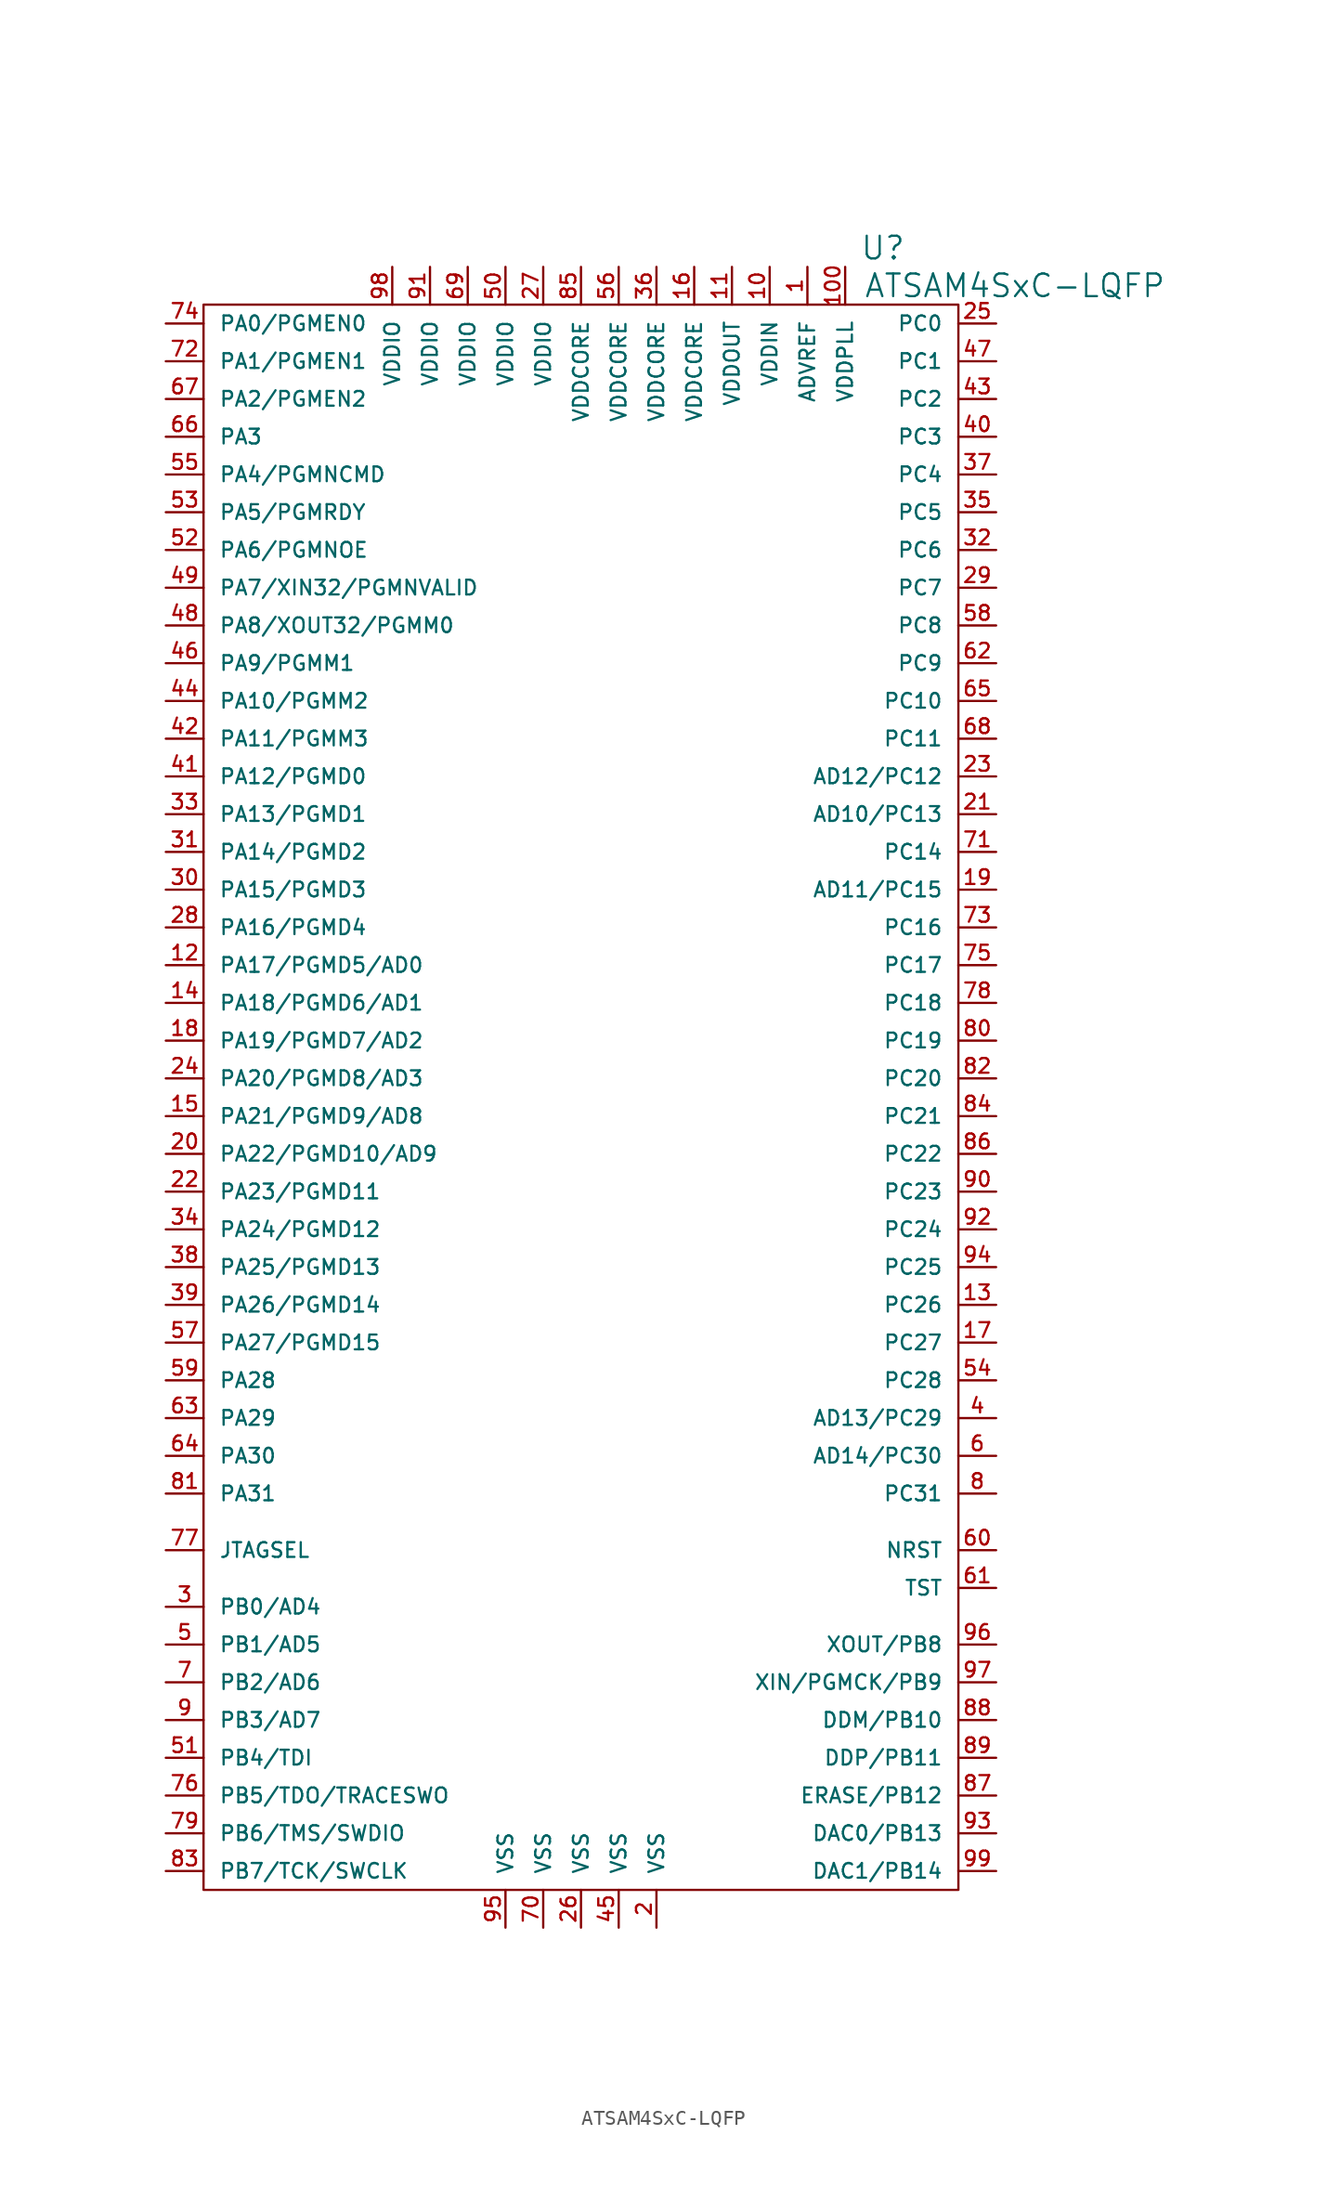
<source format=kicad_sym>
(kicad_symbol_lib
  (version 20220914)
  (generator kicad_symbol_editor)
  (symbol "ATSAM4SxC-LQFP"
    (pin_names
      (offset 1.016))
    (property "Reference" "U"
      (at 20.32 57.15 0)
      (effects (font (size 1.524 1.524))))
    (property "Value" "ATSAM4SxC-LQFP"
      (at 29.21 54.61 0)
      (effects (font (size 1.524 1.524))))
    (property "Footprint" ""
      (at 0 0 0)
      (effects (font (size 1.524 1.524))))
    (property "Datasheet" ""
      (at 0 0 0)
      (effects (font (size 1.524 1.524))))
    (symbol "ATSAM4SxC-LQFP_0_1"
      (rectangle (start -25.4 53.34) (end 25.4 -53.34) (stroke (width 0) (type solid)) (fill (type none))))
    (symbol "ATSAM4SxC-LQFP_1_1"
      (pin passive line (at 15.24 55.88 270) (length 2.54) (name "ADVREF" (effects (font (size 0.991 0.991)))) (number "1" (effects (font (size 0.991 0.991)))))
      (pin passive line (at 12.7 55.88 270) (length 2.54) (name "VDDIN" (effects (font (size 0.991 0.991)))) (number "10" (effects (font (size 0.991 0.991)))))
      (pin passive line (at 17.78 55.88 270) (length 2.54) (name "VDDPLL" (effects (font (size 0.991 0.991)))) (number "100" (effects (font (size 0.991 0.991)))))
      (pin passive line (at 10.16 55.88 270) (length 2.54) (name "VDDOUT" (effects (font (size 0.991 0.991)))) (number "11" (effects (font (size 0.991 0.991)))))
      (pin passive line (at -27.94 8.89 0) (length 2.54) (name "PA17/PGMD5/AD0" (effects (font (size 0.991 0.991)))) (number "12" (effects (font (size 0.991 0.991)))))
      (pin passive line (at 27.94 -13.97 180) (length 2.54) (name "PC26" (effects (font (size 0.991 0.991)))) (number "13" (effects (font (size 0.991 0.991)))))
      (pin passive line (at -27.94 6.35 0) (length 2.54) (name "PA18/PGMD6/AD1" (effects (font (size 0.991 0.991)))) (number "14" (effects (font (size 0.991 0.991)))))
      (pin passive line (at -27.94 -1.27 0) (length 2.54) (name "PA21/PGMD9/AD8" (effects (font (size 0.991 0.991)))) (number "15" (effects (font (size 0.991 0.991)))))
      (pin passive line (at 7.62 55.88 270) (length 2.54) (name "VDDCORE" (effects (font (size 0.991 0.991)))) (number "16" (effects (font (size 0.991 0.991)))))
      (pin passive line (at 27.94 -16.51 180) (length 2.54) (name "PC27" (effects (font (size 0.991 0.991)))) (number "17" (effects (font (size 0.991 0.991)))))
      (pin passive line (at -27.94 3.81 0) (length 2.54) (name "PA19/PGMD7/AD2" (effects (font (size 0.991 0.991)))) (number "18" (effects (font (size 0.991 0.991)))))
      (pin passive line (at 27.94 13.97 180) (length 2.54) (name "AD11/PC15" (effects (font (size 0.991 0.991)))) (number "19" (effects (font (size 0.991 0.991)))))
      (pin passive line (at 5.08 -55.88 90) (length 2.54) (name "VSS" (effects (font (size 0.991 0.991)))) (number "2" (effects (font (size 0.991 0.991)))))
      (pin passive line (at -27.94 -3.81 0) (length 2.54) (name "PA22/PGMD10/AD9" (effects (font (size 0.991 0.991)))) (number "20" (effects (font (size 0.991 0.991)))))
      (pin passive line (at 27.94 19.05 180) (length 2.54) (name "AD10/PC13" (effects (font (size 0.991 0.991)))) (number "21" (effects (font (size 0.991 0.991)))))
      (pin passive line (at -27.94 -6.35 0) (length 2.54) (name "PA23/PGMD11" (effects (font (size 0.991 0.991)))) (number "22" (effects (font (size 0.991 0.991)))))
      (pin passive line (at 27.94 21.59 180) (length 2.54) (name "AD12/PC12" (effects (font (size 0.991 0.991)))) (number "23" (effects (font (size 0.991 0.991)))))
      (pin passive line (at -27.94 1.27 0) (length 2.54) (name "PA20/PGMD8/AD3" (effects (font (size 0.991 0.991)))) (number "24" (effects (font (size 0.991 0.991)))))
      (pin passive line (at 27.94 52.07 180) (length 2.54) (name "PC0" (effects (font (size 0.991 0.991)))) (number "25" (effects (font (size 0.991 0.991)))))
      (pin passive line (at 0 -55.88 90) (length 2.54) (name "VSS" (effects (font (size 0.991 0.991)))) (number "26" (effects (font (size 0.991 0.991)))))
      (pin passive line (at -2.54 55.88 270) (length 2.54) (name "VDDIO" (effects (font (size 0.991 0.991)))) (number "27" (effects (font (size 0.991 0.991)))))
      (pin passive line (at -27.94 11.43 0) (length 2.54) (name "PA16/PGMD4" (effects (font (size 0.991 0.991)))) (number "28" (effects (font (size 0.991 0.991)))))
      (pin passive line (at 27.94 34.29 180) (length 2.54) (name "PC7" (effects (font (size 0.991 0.991)))) (number "29" (effects (font (size 0.991 0.991)))))
      (pin passive line (at -27.94 -34.29 0) (length 2.54) (name "PB0/AD4" (effects (font (size 0.991 0.991)))) (number "3" (effects (font (size 0.991 0.991)))))
      (pin passive line (at -27.94 13.97 0) (length 2.54) (name "PA15/PGMD3" (effects (font (size 0.991 0.991)))) (number "30" (effects (font (size 0.991 0.991)))))
      (pin passive line (at -27.94 16.51 0) (length 2.54) (name "PA14/PGMD2" (effects (font (size 0.991 0.991)))) (number "31" (effects (font (size 0.991 0.991)))))
      (pin passive line (at 27.94 36.83 180) (length 2.54) (name "PC6" (effects (font (size 0.991 0.991)))) (number "32" (effects (font (size 0.991 0.991)))))
      (pin passive line (at -27.94 19.05 0) (length 2.54) (name "PA13/PGMD1" (effects (font (size 0.991 0.991)))) (number "33" (effects (font (size 0.991 0.991)))))
      (pin passive line (at -27.94 -8.89 0) (length 2.54) (name "PA24/PGMD12" (effects (font (size 0.991 0.991)))) (number "34" (effects (font (size 0.991 0.991)))))
      (pin passive line (at 27.94 39.37 180) (length 2.54) (name "PC5" (effects (font (size 0.991 0.991)))) (number "35" (effects (font (size 0.991 0.991)))))
      (pin passive line (at 5.08 55.88 270) (length 2.54) (name "VDDCORE" (effects (font (size 0.991 0.991)))) (number "36" (effects (font (size 0.991 0.991)))))
      (pin passive line (at 27.94 41.91 180) (length 2.54) (name "PC4" (effects (font (size 0.991 0.991)))) (number "37" (effects (font (size 0.991 0.991)))))
      (pin passive line (at -27.94 -11.43 0) (length 2.54) (name "PA25/PGMD13" (effects (font (size 0.991 0.991)))) (number "38" (effects (font (size 0.991 0.991)))))
      (pin passive line (at -27.94 -13.97 0) (length 2.54) (name "PA26/PGMD14" (effects (font (size 0.991 0.991)))) (number "39" (effects (font (size 0.991 0.991)))))
      (pin passive line (at 27.94 -21.59 180) (length 2.54) (name "AD13/PC29" (effects (font (size 0.991 0.991)))) (number "4" (effects (font (size 0.991 0.991)))))
      (pin passive line (at 27.94 44.45 180) (length 2.54) (name "PC3" (effects (font (size 0.991 0.991)))) (number "40" (effects (font (size 0.991 0.991)))))
      (pin passive line (at -27.94 21.59 0) (length 2.54) (name "PA12/PGMD0" (effects (font (size 0.991 0.991)))) (number "41" (effects (font (size 0.991 0.991)))))
      (pin passive line (at -27.94 24.13 0) (length 2.54) (name "PA11/PGMM3" (effects (font (size 0.991 0.991)))) (number "42" (effects (font (size 0.991 0.991)))))
      (pin passive line (at 27.94 46.99 180) (length 2.54) (name "PC2" (effects (font (size 0.991 0.991)))) (number "43" (effects (font (size 0.991 0.991)))))
      (pin passive line (at -27.94 26.67 0) (length 2.54) (name "PA10/PGMM2" (effects (font (size 0.991 0.991)))) (number "44" (effects (font (size 0.991 0.991)))))
      (pin passive line (at 2.54 -55.88 90) (length 2.54) (name "VSS" (effects (font (size 0.991 0.991)))) (number "45" (effects (font (size 0.991 0.991)))))
      (pin passive line (at -27.94 29.21 0) (length 2.54) (name "PA9/PGMM1" (effects (font (size 0.991 0.991)))) (number "46" (effects (font (size 0.991 0.991)))))
      (pin passive line (at 27.94 49.53 180) (length 2.54) (name "PC1" (effects (font (size 0.991 0.991)))) (number "47" (effects (font (size 0.991 0.991)))))
      (pin passive line (at -27.94 31.75 0) (length 2.54) (name "PA8/XOUT32/PGMM0" (effects (font (size 0.991 0.991)))) (number "48" (effects (font (size 0.991 0.991)))))
      (pin passive line (at -27.94 34.29 0) (length 2.54) (name "PA7/XIN32/PGMNVALID" (effects (font (size 0.991 0.991)))) (number "49" (effects (font (size 0.991 0.991)))))
      (pin passive line (at -27.94 -36.83 0) (length 2.54) (name "PB1/AD5" (effects (font (size 0.991 0.991)))) (number "5" (effects (font (size 0.991 0.991)))))
      (pin passive line (at -5.08 55.88 270) (length 2.54) (name "VDDIO" (effects (font (size 0.991 0.991)))) (number "50" (effects (font (size 0.991 0.991)))))
      (pin passive line (at -27.94 -44.45 0) (length 2.54) (name "PB4/TDI" (effects (font (size 0.991 0.991)))) (number "51" (effects (font (size 0.991 0.991)))))
      (pin passive line (at -27.94 36.83 0) (length 2.54) (name "PA6/PGMNOE" (effects (font (size 0.991 0.991)))) (number "52" (effects (font (size 0.991 0.991)))))
      (pin passive line (at -27.94 39.37 0) (length 2.54) (name "PA5/PGMRDY" (effects (font (size 0.991 0.991)))) (number "53" (effects (font (size 0.991 0.991)))))
      (pin passive line (at 27.94 -19.05 180) (length 2.54) (name "PC28" (effects (font (size 0.991 0.991)))) (number "54" (effects (font (size 0.991 0.991)))))
      (pin passive line (at -27.94 41.91 0) (length 2.54) (name "PA4/PGMNCMD" (effects (font (size 0.991 0.991)))) (number "55" (effects (font (size 0.991 0.991)))))
      (pin passive line (at 2.54 55.88 270) (length 2.54) (name "VDDCORE" (effects (font (size 0.991 0.991)))) (number "56" (effects (font (size 0.991 0.991)))))
      (pin passive line (at -27.94 -16.51 0) (length 2.54) (name "PA27/PGMD15" (effects (font (size 0.991 0.991)))) (number "57" (effects (font (size 0.991 0.991)))))
      (pin passive line (at 27.94 31.75 180) (length 2.54) (name "PC8" (effects (font (size 0.991 0.991)))) (number "58" (effects (font (size 0.991 0.991)))))
      (pin passive line (at -27.94 -19.05 0) (length 2.54) (name "PA28" (effects (font (size 0.991 0.991)))) (number "59" (effects (font (size 0.991 0.991)))))
      (pin passive line (at 27.94 -24.13 180) (length 2.54) (name "AD14/PC30" (effects (font (size 0.991 0.991)))) (number "6" (effects (font (size 0.991 0.991)))))
      (pin passive line (at 27.94 -30.48 180) (length 2.54) (name "NRST" (effects (font (size 0.991 0.991)))) (number "60" (effects (font (size 0.991 0.991)))))
      (pin passive line (at 27.94 -33.02 180) (length 2.54) (name "TST" (effects (font (size 0.991 0.991)))) (number "61" (effects (font (size 0.991 0.991)))))
      (pin passive line (at 27.94 29.21 180) (length 2.54) (name "PC9" (effects (font (size 0.991 0.991)))) (number "62" (effects (font (size 0.991 0.991)))))
      (pin passive line (at -27.94 -21.59 0) (length 2.54) (name "PA29" (effects (font (size 0.991 0.991)))) (number "63" (effects (font (size 0.991 0.991)))))
      (pin passive line (at -27.94 -24.13 0) (length 2.54) (name "PA30" (effects (font (size 0.991 0.991)))) (number "64" (effects (font (size 0.991 0.991)))))
      (pin passive line (at 27.94 26.67 180) (length 2.54) (name "PC10" (effects (font (size 0.991 0.991)))) (number "65" (effects (font (size 0.991 0.991)))))
      (pin passive line (at -27.94 44.45 0) (length 2.54) (name "PA3" (effects (font (size 0.991 0.991)))) (number "66" (effects (font (size 0.991 0.991)))))
      (pin passive line (at -27.94 46.99 0) (length 2.54) (name "PA2/PGMEN2" (effects (font (size 0.991 0.991)))) (number "67" (effects (font (size 0.991 0.991)))))
      (pin passive line (at 27.94 24.13 180) (length 2.54) (name "PC11" (effects (font (size 0.991 0.991)))) (number "68" (effects (font (size 0.991 0.991)))))
      (pin passive line (at -7.62 55.88 270) (length 2.54) (name "VDDIO" (effects (font (size 0.991 0.991)))) (number "69" (effects (font (size 0.991 0.991)))))
      (pin passive line (at -27.94 -39.37 0) (length 2.54) (name "PB2/AD6" (effects (font (size 0.991 0.991)))) (number "7" (effects (font (size 0.991 0.991)))))
      (pin passive line (at -2.54 -55.88 90) (length 2.54) (name "VSS" (effects (font (size 0.991 0.991)))) (number "70" (effects (font (size 0.991 0.991)))))
      (pin passive line (at 27.94 16.51 180) (length 2.54) (name "PC14" (effects (font (size 0.991 0.991)))) (number "71" (effects (font (size 0.991 0.991)))))
      (pin passive line (at -27.94 49.53 0) (length 2.54) (name "PA1/PGMEN1" (effects (font (size 0.991 0.991)))) (number "72" (effects (font (size 0.991 0.991)))))
      (pin passive line (at 27.94 11.43 180) (length 2.54) (name "PC16" (effects (font (size 0.991 0.991)))) (number "73" (effects (font (size 0.991 0.991)))))
      (pin passive line (at -27.94 52.07 0) (length 2.54) (name "PA0/PGMEN0" (effects (font (size 0.991 0.991)))) (number "74" (effects (font (size 0.991 0.991)))))
      (pin passive line (at 27.94 8.89 180) (length 2.54) (name "PC17" (effects (font (size 0.991 0.991)))) (number "75" (effects (font (size 0.991 0.991)))))
      (pin passive line (at -27.94 -46.99 0) (length 2.54) (name "PB5/TDO/TRACESWO" (effects (font (size 0.991 0.991)))) (number "76" (effects (font (size 0.991 0.991)))))
      (pin passive line (at -27.94 -30.48 0) (length 2.54) (name "JTAGSEL" (effects (font (size 0.991 0.991)))) (number "77" (effects (font (size 0.991 0.991)))))
      (pin passive line (at 27.94 6.35 180) (length 2.54) (name "PC18" (effects (font (size 0.991 0.991)))) (number "78" (effects (font (size 0.991 0.991)))))
      (pin passive line (at -27.94 -49.53 0) (length 2.54) (name "PB6/TMS/SWDIO" (effects (font (size 0.991 0.991)))) (number "79" (effects (font (size 0.991 0.991)))))
      (pin passive line (at 27.94 -26.67 180) (length 2.54) (name "PC31" (effects (font (size 0.991 0.991)))) (number "8" (effects (font (size 0.991 0.991)))))
      (pin passive line (at 27.94 3.81 180) (length 2.54) (name "PC19" (effects (font (size 0.991 0.991)))) (number "80" (effects (font (size 0.991 0.991)))))
      (pin passive line (at -27.94 -26.67 0) (length 2.54) (name "PA31" (effects (font (size 0.991 0.991)))) (number "81" (effects (font (size 0.991 0.991)))))
      (pin passive line (at 27.94 1.27 180) (length 2.54) (name "PC20" (effects (font (size 0.991 0.991)))) (number "82" (effects (font (size 0.991 0.991)))))
      (pin passive line (at -27.94 -52.07 0) (length 2.54) (name "PB7/TCK/SWCLK" (effects (font (size 0.991 0.991)))) (number "83" (effects (font (size 0.991 0.991)))))
      (pin passive line (at 27.94 -1.27 180) (length 2.54) (name "PC21" (effects (font (size 0.991 0.991)))) (number "84" (effects (font (size 0.991 0.991)))))
      (pin passive line (at 0 55.88 270) (length 2.54) (name "VDDCORE" (effects (font (size 0.991 0.991)))) (number "85" (effects (font (size 0.991 0.991)))))
      (pin passive line (at 27.94 -3.81 180) (length 2.54) (name "PC22" (effects (font (size 0.991 0.991)))) (number "86" (effects (font (size 0.991 0.991)))))
      (pin passive line (at 27.94 -46.99 180) (length 2.54) (name "ERASE/PB12" (effects (font (size 0.991 0.991)))) (number "87" (effects (font (size 0.991 0.991)))))
      (pin passive line (at 27.94 -41.91 180) (length 2.54) (name "DDM/PB10" (effects (font (size 0.991 0.991)))) (number "88" (effects (font (size 0.991 0.991)))))
      (pin passive line (at 27.94 -44.45 180) (length 2.54) (name "DDP/PB11" (effects (font (size 0.991 0.991)))) (number "89" (effects (font (size 0.991 0.991)))))
      (pin passive line (at -27.94 -41.91 0) (length 2.54) (name "PB3/AD7" (effects (font (size 0.991 0.991)))) (number "9" (effects (font (size 0.991 0.991)))))
      (pin passive line (at 27.94 -6.35 180) (length 2.54) (name "PC23" (effects (font (size 0.991 0.991)))) (number "90" (effects (font (size 0.991 0.991)))))
      (pin passive line (at -10.16 55.88 270) (length 2.54) (name "VDDIO" (effects (font (size 0.991 0.991)))) (number "91" (effects (font (size 0.991 0.991)))))
      (pin passive line (at 27.94 -8.89 180) (length 2.54) (name "PC24" (effects (font (size 0.991 0.991)))) (number "92" (effects (font (size 0.991 0.991)))))
      (pin passive line (at 27.94 -49.53 180) (length 2.54) (name "DAC0/PB13" (effects (font (size 0.991 0.991)))) (number "93" (effects (font (size 0.991 0.991)))))
      (pin passive line (at 27.94 -11.43 180) (length 2.54) (name "PC25" (effects (font (size 0.991 0.991)))) (number "94" (effects (font (size 0.991 0.991)))))
      (pin passive line (at -5.08 -55.88 90) (length 2.54) (name "VSS" (effects (font (size 0.991 0.991)))) (number "95" (effects (font (size 0.991 0.991)))))
      (pin passive line (at 27.94 -36.83 180) (length 2.54) (name "XOUT/PB8" (effects (font (size 0.991 0.991)))) (number "96" (effects (font (size 0.991 0.991)))))
      (pin passive line (at 27.94 -39.37 180) (length 2.54) (name "XIN/PGMCK/PB9" (effects (font (size 0.991 0.991)))) (number "97" (effects (font (size 0.991 0.991)))))
      (pin passive line (at -12.7 55.88 270) (length 2.54) (name "VDDIO" (effects (font (size 0.991 0.991)))) (number "98" (effects (font (size 0.991 0.991)))))
      (pin passive line (at 27.94 -52.07 180) (length 2.54) (name "DAC1/PB14" (effects (font (size 0.991 0.991)))) (number "99" (effects (font (size 0.991 0.991))))))))
</source>
